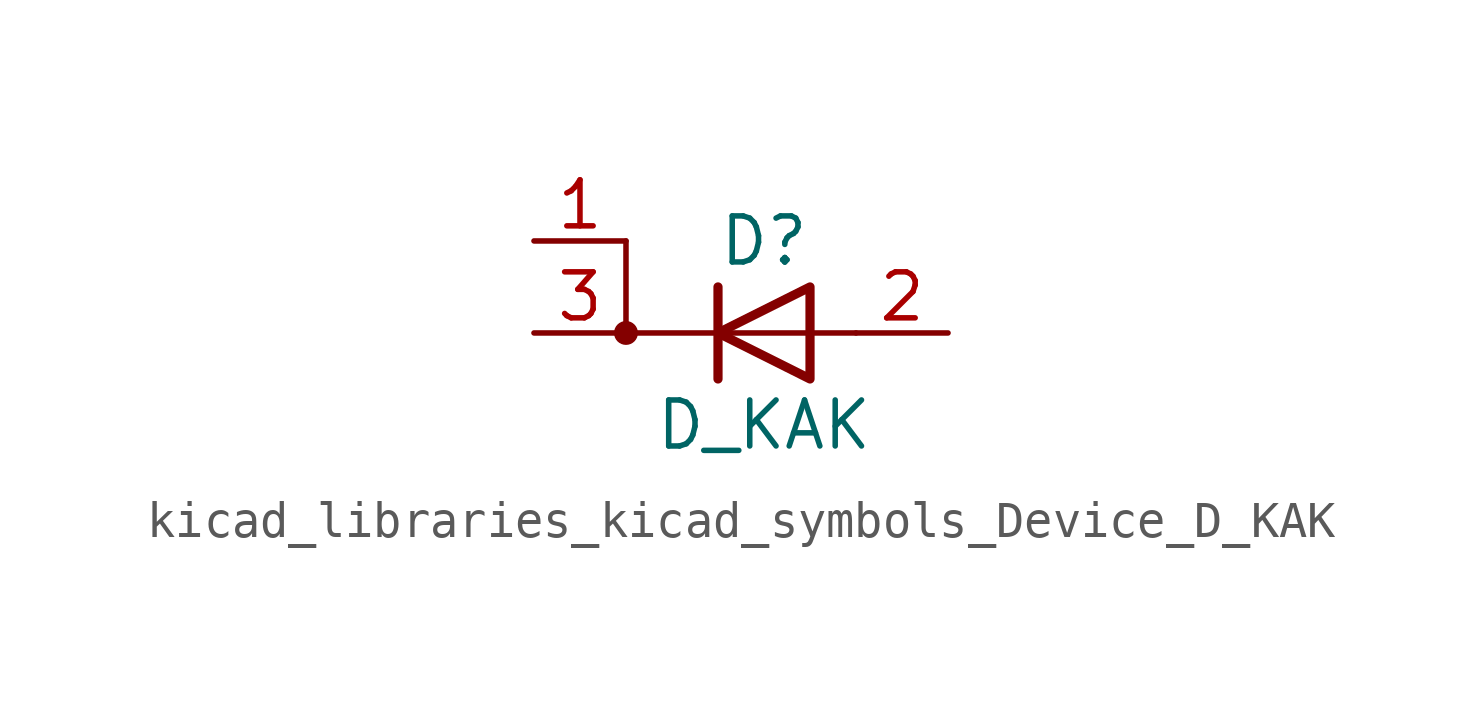
<source format=kicad_sym>
(kicad_symbol_lib
  (version 20220914)
  (generator kicad_symbol_editor)
  (symbol "kicad_libraries_kicad_symbols_Device_D_KAK"
    (pin_names
      (offset 0) hide)
    (property "Reference" "D"
      (at 0 2.54 0)
      (effects (font (size 1.27 1.27))))
    (property "Value" "D_KAK"
      (at 0 -2.54 0)
      (effects (font (size 1.27 1.27))))
    (symbol "kicad_libraries_kicad_symbols_Device_D_KAK_0_1"
      (circle (center -3.81 0) (radius 0.254) (stroke (width 0) (type default)) (fill (type outline)))
      (polyline (pts (xy -1.27 1.27) (xy -1.27 -1.27)) (stroke (width 0.254) (type default)) (fill (type none)))
      (polyline (pts (xy -3.81 2.54) (xy -3.81 0) (xy 2.54 0)) (stroke (width 0) (type default)) (fill (type none)))
      (polyline (pts (xy 1.27 1.27) (xy 1.27 -1.27) (xy -1.27 0) (xy 1.27 1.27)) (stroke (width 0.254) (type default)) (fill (type none))))
    (symbol "kicad_libraries_kicad_symbols_Device_D_KAK_1_1"
      (pin passive line (at -6.35 2.54 0) (length 2.54) (name "K" (effects (font (size 1.27 1.27)))) (number "1" (effects (font (size 1.27 1.27)))))
      (pin passive line (at 5.08 0 180) (length 2.54) (name "A" (effects (font (size 1.27 1.27)))) (number "2" (effects (font (size 1.27 1.27)))))
      (pin passive line (at -6.35 0 0) (length 2.54) (name "K" (effects (font (size 1.27 1.27)))) (number "3" (effects (font (size 1.27 1.27))))))))
</source>
